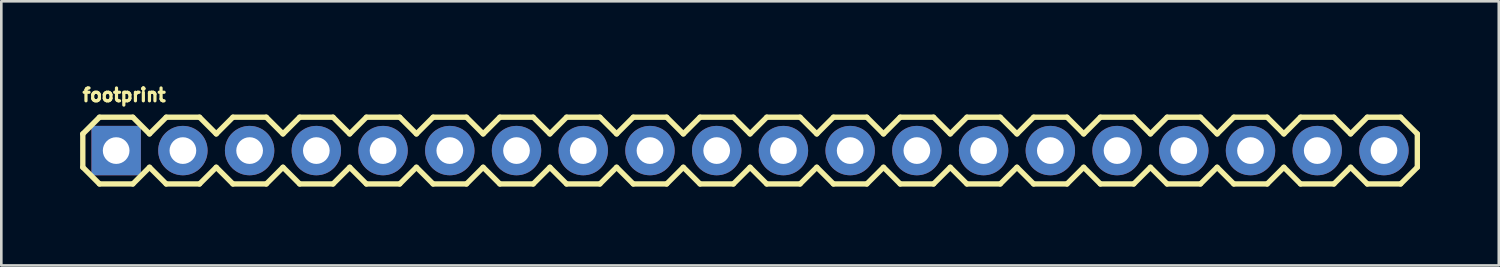
<source format=kicad_pcb>
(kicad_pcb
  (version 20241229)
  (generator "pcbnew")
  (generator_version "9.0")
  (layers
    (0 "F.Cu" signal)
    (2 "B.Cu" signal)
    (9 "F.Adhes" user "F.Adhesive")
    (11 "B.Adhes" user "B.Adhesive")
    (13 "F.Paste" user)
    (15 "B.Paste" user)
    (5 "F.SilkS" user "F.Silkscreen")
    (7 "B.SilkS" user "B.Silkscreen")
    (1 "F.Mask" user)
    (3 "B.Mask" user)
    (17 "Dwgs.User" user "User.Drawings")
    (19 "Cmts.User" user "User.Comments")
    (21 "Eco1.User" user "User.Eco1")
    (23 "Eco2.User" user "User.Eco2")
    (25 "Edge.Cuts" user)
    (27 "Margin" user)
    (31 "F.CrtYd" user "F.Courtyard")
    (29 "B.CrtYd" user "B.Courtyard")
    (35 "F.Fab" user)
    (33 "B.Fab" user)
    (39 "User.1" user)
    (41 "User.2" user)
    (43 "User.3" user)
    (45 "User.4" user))
  (footprint "footprint"
    (layer "F.Cu")
    (at 1.372 2.682)
    (property "Reference" "footprint" (at -1.346 -1.829 0) (layer "F.SilkS") (effects (font (size 0.488 0.488) (thickness 0.122)) (justify left bottom)))
    (fp_line (start -1.27 -0.635) (end -1.27 0.635) (stroke (width 0.203) (type solid)) (layer "F.SilkS"))
    (fp_line (start -1.27 0.635) (end -0.635 1.27) (stroke (width 0.203) (type solid)) (layer "F.SilkS"))
    (fp_line (start -0.635 -1.27) (end -1.27 -0.635) (stroke (width 0.203) (type solid)) (layer "F.SilkS"))
    (fp_line (start -0.635 -1.27) (end 0.635 -1.27) (stroke (width 0.203) (type solid)) (layer "F.SilkS"))
    (fp_line (start 0.635 -1.27) (end 1.27 -0.635) (stroke (width 0.203) (type solid)) (layer "F.SilkS"))
    (fp_line (start 0.635 1.27) (end -0.635 1.27) (stroke (width 0.203) (type solid)) (layer "F.SilkS"))
    (fp_line (start 1.27 -0.635) (end 1.905 -1.27) (stroke (width 0.203) (type solid)) (layer "F.SilkS"))
    (fp_line (start 1.27 0.635) (end 0.635 1.27) (stroke (width 0.203) (type solid)) (layer "F.SilkS"))
    (fp_line (start 1.905 -1.27) (end 3.175 -1.27) (stroke (width 0.203) (type solid)) (layer "F.SilkS"))
    (fp_line (start 1.905 1.27) (end 1.27 0.635) (stroke (width 0.203) (type solid)) (layer "F.SilkS"))
    (fp_line (start 3.175 -1.27) (end 3.81 -0.635) (stroke (width 0.203) (type solid)) (layer "F.SilkS"))
    (fp_line (start 3.175 1.27) (end 1.905 1.27) (stroke (width 0.203) (type solid)) (layer "F.SilkS"))
    (fp_line (start 3.81 -0.635) (end 4.445 -1.27) (stroke (width 0.203) (type solid)) (layer "F.SilkS"))
    (fp_line (start 3.81 0.635) (end 3.175 1.27) (stroke (width 0.203) (type solid)) (layer "F.SilkS"))
    (fp_line (start 4.445 -1.27) (end 5.715 -1.27) (stroke (width 0.203) (type solid)) (layer "F.SilkS"))
    (fp_line (start 4.445 1.27) (end 3.81 0.635) (stroke (width 0.203) (type solid)) (layer "F.SilkS"))
    (fp_line (start 5.715 -1.27) (end 6.35 -0.635) (stroke (width 0.203) (type solid)) (layer "F.SilkS"))
    (fp_line (start 5.715 1.27) (end 4.445 1.27) (stroke (width 0.203) (type solid)) (layer "F.SilkS"))
    (fp_line (start 6.35 0.635) (end 5.715 1.27) (stroke (width 0.203) (type solid)) (layer "F.SilkS"))
    (fp_line (start 6.35 0.635) (end 6.985 1.27) (stroke (width 0.203) (type solid)) (layer "F.SilkS"))
    (fp_line (start 6.985 -1.27) (end 6.35 -0.635) (stroke (width 0.203) (type solid)) (layer "F.SilkS"))
    (fp_line (start 6.985 -1.27) (end 8.255 -1.27) (stroke (width 0.203) (type solid)) (layer "F.SilkS"))
    (fp_line (start 8.255 -1.27) (end 8.89 -0.635) (stroke (width 0.203) (type solid)) (layer "F.SilkS"))
    (fp_line (start 8.255 1.27) (end 6.985 1.27) (stroke (width 0.203) (type solid)) (layer "F.SilkS"))
    (fp_line (start 8.89 -0.635) (end 9.525 -1.27) (stroke (width 0.203) (type solid)) (layer "F.SilkS"))
    (fp_line (start 8.89 0.635) (end 8.255 1.27) (stroke (width 0.203) (type solid)) (layer "F.SilkS"))
    (fp_line (start 9.525 -1.27) (end 10.795 -1.27) (stroke (width 0.203) (type solid)) (layer "F.SilkS"))
    (fp_line (start 9.525 1.27) (end 8.89 0.635) (stroke (width 0.203) (type solid)) (layer "F.SilkS"))
    (fp_line (start 10.795 -1.27) (end 11.43 -0.635) (stroke (width 0.203) (type solid)) (layer "F.SilkS"))
    (fp_line (start 10.795 1.27) (end 9.525 1.27) (stroke (width 0.203) (type solid)) (layer "F.SilkS"))
    (fp_line (start 11.43 -0.635) (end 12.065 -1.27) (stroke (width 0.203) (type solid)) (layer "F.SilkS"))
    (fp_line (start 11.43 0.635) (end 10.795 1.27) (stroke (width 0.203) (type solid)) (layer "F.SilkS"))
    (fp_line (start 12.065 -1.27) (end 13.335 -1.27) (stroke (width 0.203) (type solid)) (layer "F.SilkS"))
    (fp_line (start 12.065 1.27) (end 11.43 0.635) (stroke (width 0.203) (type solid)) (layer "F.SilkS"))
    (fp_line (start 13.335 -1.27) (end 13.97 -0.635) (stroke (width 0.203) (type solid)) (layer "F.SilkS"))
    (fp_line (start 13.335 1.27) (end 12.065 1.27) (stroke (width 0.203) (type solid)) (layer "F.SilkS"))
    (fp_line (start 13.97 0.635) (end 13.335 1.27) (stroke (width 0.203) (type solid)) (layer "F.SilkS"))
    (fp_line (start 13.97 0.635) (end 14.605 1.27) (stroke (width 0.203) (type solid)) (layer "F.SilkS"))
    (fp_line (start 14.605 -1.27) (end 13.97 -0.635) (stroke (width 0.203) (type solid)) (layer "F.SilkS"))
    (fp_line (start 14.605 -1.27) (end 15.875 -1.27) (stroke (width 0.203) (type solid)) (layer "F.SilkS"))
    (fp_line (start 15.875 -1.27) (end 16.51 -0.635) (stroke (width 0.203) (type solid)) (layer "F.SilkS"))
    (fp_line (start 15.875 1.27) (end 14.605 1.27) (stroke (width 0.203) (type solid)) (layer "F.SilkS"))
    (fp_line (start 16.51 0.635) (end 15.875 1.27) (stroke (width 0.203) (type solid)) (layer "F.SilkS"))
    (fp_line (start 16.51 0.635) (end 17.145 1.27) (stroke (width 0.203) (type solid)) (layer "F.SilkS"))
    (fp_line (start 17.145 -1.27) (end 16.51 -0.635) (stroke (width 0.203) (type solid)) (layer "F.SilkS"))
    (fp_line (start 17.145 -1.27) (end 18.415 -1.27) (stroke (width 0.203) (type solid)) (layer "F.SilkS"))
    (fp_line (start 18.415 -1.27) (end 19.05 -0.635) (stroke (width 0.203) (type solid)) (layer "F.SilkS"))
    (fp_line (start 18.415 1.27) (end 17.145 1.27) (stroke (width 0.203) (type solid)) (layer "F.SilkS"))
    (fp_line (start 19.05 -0.635) (end 19.685 -1.27) (stroke (width 0.203) (type solid)) (layer "F.SilkS"))
    (fp_line (start 19.05 0.635) (end 18.415 1.27) (stroke (width 0.203) (type solid)) (layer "F.SilkS"))
    (fp_line (start 19.685 -1.27) (end 20.955 -1.27) (stroke (width 0.203) (type solid)) (layer "F.SilkS"))
    (fp_line (start 19.685 1.27) (end 19.05 0.635) (stroke (width 0.203) (type solid)) (layer "F.SilkS"))
    (fp_line (start 20.955 -1.27) (end 21.59 -0.635) (stroke (width 0.203) (type solid)) (layer "F.SilkS"))
    (fp_line (start 20.955 1.27) (end 19.685 1.27) (stroke (width 0.203) (type solid)) (layer "F.SilkS"))
    (fp_line (start 21.59 -0.635) (end 22.225 -1.27) (stroke (width 0.203) (type solid)) (layer "F.SilkS"))
    (fp_line (start 21.59 0.635) (end 20.955 1.27) (stroke (width 0.203) (type solid)) (layer "F.SilkS"))
    (fp_line (start 22.225 -1.27) (end 23.495 -1.27) (stroke (width 0.203) (type solid)) (layer "F.SilkS"))
    (fp_line (start 22.225 1.27) (end 21.59 0.635) (stroke (width 0.203) (type solid)) (layer "F.SilkS"))
    (fp_line (start 23.495 -1.27) (end 24.13 -0.635) (stroke (width 0.203) (type solid)) (layer "F.SilkS"))
    (fp_line (start 23.495 1.27) (end 22.225 1.27) (stroke (width 0.203) (type solid)) (layer "F.SilkS"))
    (fp_line (start 24.13 0.635) (end 23.495 1.27) (stroke (width 0.203) (type solid)) (layer "F.SilkS"))
    (fp_line (start 24.13 0.635) (end 24.765 1.27) (stroke (width 0.203) (type solid)) (layer "F.SilkS"))
    (fp_line (start 24.765 -1.27) (end 24.13 -0.635) (stroke (width 0.203) (type solid)) (layer "F.SilkS"))
    (fp_line (start 24.765 -1.27) (end 26.035 -1.27) (stroke (width 0.203) (type solid)) (layer "F.SilkS"))
    (fp_line (start 26.035 -1.27) (end 26.67 -0.635) (stroke (width 0.203) (type solid)) (layer "F.SilkS"))
    (fp_line (start 26.035 1.27) (end 24.765 1.27) (stroke (width 0.203) (type solid)) (layer "F.SilkS"))
    (fp_line (start 26.67 -0.635) (end 27.305 -1.27) (stroke (width 0.203) (type solid)) (layer "F.SilkS"))
    (fp_line (start 26.67 0.635) (end 26.035 1.27) (stroke (width 0.203) (type solid)) (layer "F.SilkS"))
    (fp_line (start 27.305 -1.27) (end 28.575 -1.27) (stroke (width 0.203) (type solid)) (layer "F.SilkS"))
    (fp_line (start 27.305 1.27) (end 26.67 0.635) (stroke (width 0.203) (type solid)) (layer "F.SilkS"))
    (fp_line (start 28.575 -1.27) (end 29.21 -0.635) (stroke (width 0.203) (type solid)) (layer "F.SilkS"))
    (fp_line (start 28.575 1.27) (end 27.305 1.27) (stroke (width 0.203) (type solid)) (layer "F.SilkS"))
    (fp_line (start 29.21 -0.635) (end 29.845 -1.27) (stroke (width 0.203) (type solid)) (layer "F.SilkS"))
    (fp_line (start 29.21 0.635) (end 28.575 1.27) (stroke (width 0.203) (type solid)) (layer "F.SilkS"))
    (fp_line (start 29.845 -1.27) (end 31.115 -1.27) (stroke (width 0.203) (type solid)) (layer "F.SilkS"))
    (fp_line (start 29.845 1.27) (end 29.21 0.635) (stroke (width 0.203) (type solid)) (layer "F.SilkS"))
    (fp_line (start 31.115 -1.27) (end 31.75 -0.635) (stroke (width 0.203) (type solid)) (layer "F.SilkS"))
    (fp_line (start 31.115 1.27) (end 29.845 1.27) (stroke (width 0.203) (type solid)) (layer "F.SilkS"))
    (fp_line (start 31.75 0.635) (end 31.115 1.27) (stroke (width 0.203) (type solid)) (layer "F.SilkS"))
    (fp_line (start 31.75 0.635) (end 32.385 1.27) (stroke (width 0.203) (type solid)) (layer "F.SilkS"))
    (fp_line (start 32.385 -1.27) (end 31.75 -0.635) (stroke (width 0.203) (type solid)) (layer "F.SilkS"))
    (fp_line (start 32.385 -1.27) (end 33.655 -1.27) (stroke (width 0.203) (type solid)) (layer "F.SilkS"))
    (fp_line (start 33.655 -1.27) (end 34.29 -0.635) (stroke (width 0.203) (type solid)) (layer "F.SilkS"))
    (fp_line (start 33.655 1.27) (end 32.385 1.27) (stroke (width 0.203) (type solid)) (layer "F.SilkS"))
    (fp_line (start 34.29 0.635) (end 33.655 1.27) (stroke (width 0.203) (type solid)) (layer "F.SilkS"))
    (fp_line (start 34.29 0.635) (end 34.925 1.27) (stroke (width 0.203) (type solid)) (layer "F.SilkS"))
    (fp_line (start 34.925 -1.27) (end 34.29 -0.635) (stroke (width 0.203) (type solid)) (layer "F.SilkS"))
    (fp_line (start 34.925 -1.27) (end 36.195 -1.27) (stroke (width 0.203) (type solid)) (layer "F.SilkS"))
    (fp_line (start 36.195 -1.27) (end 36.83 -0.635) (stroke (width 0.203) (type solid)) (layer "F.SilkS"))
    (fp_line (start 36.195 1.27) (end 34.925 1.27) (stroke (width 0.203) (type solid)) (layer "F.SilkS"))
    (fp_line (start 36.83 0.635) (end 36.195 1.27) (stroke (width 0.203) (type solid)) (layer "F.SilkS"))
    (fp_line (start 36.83 0.635) (end 37.465 1.27) (stroke (width 0.203) (type solid)) (layer "F.SilkS"))
    (fp_line (start 37.465 -1.27) (end 36.83 -0.635) (stroke (width 0.203) (type solid)) (layer "F.SilkS"))
    (fp_line (start 37.465 -1.27) (end 38.735 -1.27) (stroke (width 0.203) (type solid)) (layer "F.SilkS"))
    (fp_line (start 38.735 -1.27) (end 39.37 -0.635) (stroke (width 0.203) (type solid)) (layer "F.SilkS"))
    (fp_line (start 38.735 1.27) (end 37.465 1.27) (stroke (width 0.203) (type solid)) (layer "F.SilkS"))
    (fp_line (start 39.37 0.635) (end 38.735 1.27) (stroke (width 0.203) (type solid)) (layer "F.SilkS"))
    (fp_line (start 39.37 0.635) (end 40.005 1.27) (stroke (width 0.203) (type solid)) (layer "F.SilkS"))
    (fp_line (start 40.005 -1.27) (end 39.37 -0.635) (stroke (width 0.203) (type solid)) (layer "F.SilkS"))
    (fp_line (start 40.005 -1.27) (end 41.275 -1.27) (stroke (width 0.203) (type solid)) (layer "F.SilkS"))
    (fp_line (start 41.275 -1.27) (end 41.91 -0.635) (stroke (width 0.203) (type solid)) (layer "F.SilkS"))
    (fp_line (start 41.275 1.27) (end 40.005 1.27) (stroke (width 0.203) (type solid)) (layer "F.SilkS"))
    (fp_line (start 41.91 0.635) (end 41.275 1.27) (stroke (width 0.203) (type solid)) (layer "F.SilkS"))
    (fp_line (start 41.91 0.635) (end 42.545 1.27) (stroke (width 0.203) (type solid)) (layer "F.SilkS"))
    (fp_line (start 42.545 -1.27) (end 41.91 -0.635) (stroke (width 0.203) (type solid)) (layer "F.SilkS"))
    (fp_line (start 42.545 -1.27) (end 43.815 -1.27) (stroke (width 0.203) (type solid)) (layer "F.SilkS"))
    (fp_line (start 43.815 -1.27) (end 44.45 -0.635) (stroke (width 0.203) (type solid)) (layer "F.SilkS"))
    (fp_line (start 43.815 1.27) (end 42.545 1.27) (stroke (width 0.203) (type solid)) (layer "F.SilkS"))
    (fp_line (start 44.45 0.635) (end 43.815 1.27) (stroke (width 0.203) (type solid)) (layer "F.SilkS"))
    (fp_line (start 44.45 0.635) (end 45.085 1.27) (stroke (width 0.203) (type solid)) (layer "F.SilkS"))
    (fp_line (start 45.085 -1.27) (end 44.45 -0.635) (stroke (width 0.203) (type solid)) (layer "F.SilkS"))
    (fp_line (start 45.085 -1.27) (end 46.355 -1.27) (stroke (width 0.203) (type solid)) (layer "F.SilkS"))
    (fp_line (start 46.355 -1.27) (end 46.99 -0.635) (stroke (width 0.203) (type solid)) (layer "F.SilkS"))
    (fp_line (start 46.355 1.27) (end 45.085 1.27) (stroke (width 0.203) (type solid)) (layer "F.SilkS"))
    (fp_line (start 46.99 0.635) (end 46.355 1.27) (stroke (width 0.203) (type solid)) (layer "F.SilkS"))
    (fp_line (start 46.99 0.635) (end 47.625 1.27) (stroke (width 0.203) (type solid)) (layer "F.SilkS"))
    (fp_line (start 47.625 -1.27) (end 46.99 -0.635) (stroke (width 0.203) (type solid)) (layer "F.SilkS"))
    (fp_line (start 47.625 -1.27) (end 48.895 -1.27) (stroke (width 0.203) (type solid)) (layer "F.SilkS"))
    (fp_line (start 48.895 -1.27) (end 49.53 -0.635) (stroke (width 0.203) (type solid)) (layer "F.SilkS"))
    (fp_line (start 48.895 1.27) (end 47.625 1.27) (stroke (width 0.203) (type solid)) (layer "F.SilkS"))
    (fp_line (start 49.53 -0.635) (end 49.53 0.635) (stroke (width 0.203) (type solid)) (layer "F.SilkS"))
    (fp_line (start 49.53 0.635) (end 48.895 1.27) (stroke (width 0.203) (type solid)) (layer "F.SilkS"))
    (fp_poly (pts (xy -0.254 0.254) (xy 0.254 0.254) (xy 0.254 -0.254) (xy -0.254 -0.254)) (stroke (width 0.1) (type solid)) (fill no) (layer "F.Fab"))
    (fp_poly (pts (xy 2.286 0.254) (xy 2.794 0.254) (xy 2.794 -0.254) (xy 2.286 -0.254)) (stroke (width 0.1) (type solid)) (fill no) (layer "F.Fab"))
    (fp_poly (pts (xy 4.826 0.254) (xy 5.334 0.254) (xy 5.334 -0.254) (xy 4.826 -0.254)) (stroke (width 0.1) (type solid)) (fill no) (layer "F.Fab"))
    (fp_poly (pts (xy 7.366 0.254) (xy 7.874 0.254) (xy 7.874 -0.254) (xy 7.366 -0.254)) (stroke (width 0.1) (type solid)) (fill no) (layer "F.Fab"))
    (fp_poly (pts (xy 9.906 0.254) (xy 10.414 0.254) (xy 10.414 -0.254) (xy 9.906 -0.254)) (stroke (width 0.1) (type solid)) (fill no) (layer "F.Fab"))
    (fp_poly (pts (xy 12.446 0.254) (xy 12.954 0.254) (xy 12.954 -0.254) (xy 12.446 -0.254)) (stroke (width 0.1) (type solid)) (fill no) (layer "F.Fab"))
    (fp_poly (pts (xy 14.986 0.254) (xy 15.494 0.254) (xy 15.494 -0.254) (xy 14.986 -0.254)) (stroke (width 0.1) (type solid)) (fill no) (layer "F.Fab"))
    (fp_poly (pts (xy 17.526 0.254) (xy 18.034 0.254) (xy 18.034 -0.254) (xy 17.526 -0.254)) (stroke (width 0.1) (type solid)) (fill no) (layer "F.Fab"))
    (fp_poly (pts (xy 20.066 0.254) (xy 20.574 0.254) (xy 20.574 -0.254) (xy 20.066 -0.254)) (stroke (width 0.1) (type solid)) (fill no) (layer "F.Fab"))
    (fp_poly (pts (xy 22.606 0.254) (xy 23.114 0.254) (xy 23.114 -0.254) (xy 22.606 -0.254)) (stroke (width 0.1) (type solid)) (fill no) (layer "F.Fab"))
    (fp_poly (pts (xy 25.146 0.254) (xy 25.654 0.254) (xy 25.654 -0.254) (xy 25.146 -0.254)) (stroke (width 0.1) (type solid)) (fill no) (layer "F.Fab"))
    (fp_poly (pts (xy 27.686 0.254) (xy 28.194 0.254) (xy 28.194 -0.254) (xy 27.686 -0.254)) (stroke (width 0.1) (type solid)) (fill no) (layer "F.Fab"))
    (fp_poly (pts (xy 30.226 0.254) (xy 30.734 0.254) (xy 30.734 -0.254) (xy 30.226 -0.254)) (stroke (width 0.1) (type solid)) (fill no) (layer "F.Fab"))
    (fp_poly (pts (xy 32.766 0.254) (xy 33.274 0.254) (xy 33.274 -0.254) (xy 32.766 -0.254)) (stroke (width 0.1) (type solid)) (fill no) (layer "F.Fab"))
    (fp_poly (pts (xy 35.306 0.254) (xy 35.814 0.254) (xy 35.814 -0.254) (xy 35.306 -0.254)) (stroke (width 0.1) (type solid)) (fill no) (layer "F.Fab"))
    (fp_poly (pts (xy 37.846 0.254) (xy 38.354 0.254) (xy 38.354 -0.254) (xy 37.846 -0.254)) (stroke (width 0.1) (type solid)) (fill no) (layer "F.Fab"))
    (fp_poly (pts (xy 40.386 0.254) (xy 40.894 0.254) (xy 40.894 -0.254) (xy 40.386 -0.254)) (stroke (width 0.1) (type solid)) (fill no) (layer "F.Fab"))
    (fp_poly (pts (xy 42.926 0.254) (xy 43.434 0.254) (xy 43.434 -0.254) (xy 42.926 -0.254)) (stroke (width 0.1) (type solid)) (fill no) (layer "F.Fab"))
    (fp_poly (pts (xy 45.466 0.254) (xy 45.974 0.254) (xy 45.974 -0.254) (xy 45.466 -0.254)) (stroke (width 0.1) (type solid)) (fill no) (layer "F.Fab"))
    (fp_poly (pts (xy 48.006 0.254) (xy 48.514 0.254) (xy 48.514 -0.254) (xy 48.006 -0.254)) (stroke (width 0.1) (type solid)) (fill no) (layer "F.Fab"))
    (pad "1" thru_hole rect (at 0 0 90) (size 1.88 1.88) (drill 1.016) (layers "*.Cu" "*.Mask"))
    (pad "2" thru_hole circle (at 2.54 0 90) (size 1.88 1.88) (drill 1.016) (layers "*.Cu" "*.Mask"))
    (pad "3" thru_hole circle (at 5.08 0 90) (size 1.88 1.88) (drill 1.016) (layers "*.Cu" "*.Mask"))
    (pad "4" thru_hole circle (at 7.62 0 90) (size 1.88 1.88) (drill 1.016) (layers "*.Cu" "*.Mask"))
    (pad "5" thru_hole circle (at 10.16 0 90) (size 1.88 1.88) (drill 1.016) (layers "*.Cu" "*.Mask"))
    (pad "6" thru_hole circle (at 12.7 0 90) (size 1.88 1.88) (drill 1.016) (layers "*.Cu" "*.Mask"))
    (pad "7" thru_hole circle (at 15.24 0 90) (size 1.88 1.88) (drill 1.016) (layers "*.Cu" "*.Mask"))
    (pad "8" thru_hole circle (at 17.78 0 90) (size 1.88 1.88) (drill 1.016) (layers "*.Cu" "*.Mask"))
    (pad "9" thru_hole circle (at 20.32 0 90) (size 1.88 1.88) (drill 1.016) (layers "*.Cu" "*.Mask"))
    (pad "10" thru_hole circle (at 22.86 0 90) (size 1.88 1.88) (drill 1.016) (layers "*.Cu" "*.Mask"))
    (pad "11" thru_hole circle (at 25.4 0 90) (size 1.88 1.88) (drill 1.016) (layers "*.Cu" "*.Mask"))
    (pad "12" thru_hole circle (at 27.94 0 90) (size 1.88 1.88) (drill 1.016) (layers "*.Cu" "*.Mask"))
    (pad "13" thru_hole circle (at 30.48 0 90) (size 1.88 1.88) (drill 1.016) (layers "*.Cu" "*.Mask"))
    (pad "14" thru_hole circle (at 33.02 0 90) (size 1.88 1.88) (drill 1.016) (layers "*.Cu" "*.Mask"))
    (pad "15" thru_hole circle (at 35.56 0 90) (size 1.88 1.88) (drill 1.016) (layers "*.Cu" "*.Mask"))
    (pad "16" thru_hole circle (at 38.1 0 90) (size 1.88 1.88) (drill 1.016) (layers "*.Cu" "*.Mask"))
    (pad "17" thru_hole circle (at 40.64 0 90) (size 1.88 1.88) (drill 1.016) (layers "*.Cu" "*.Mask"))
    (pad "18" thru_hole circle (at 43.18 0 90) (size 1.88 1.88) (drill 1.016) (layers "*.Cu" "*.Mask"))
    (pad "19" thru_hole circle (at 45.72 0 90) (size 1.88 1.88) (drill 1.016) (layers "*.Cu" "*.Mask"))
    (pad "20" thru_hole circle (at 48.26 0 90) (size 1.88 1.88) (drill 1.016) (layers "*.Cu" "*.Mask")))
  (gr_rect
    (start -3 -3)
    (end 54.003 7.054)
    (stroke (width 0.1) (type default))
    (fill no)
    (layer "Edge.Cuts")))
</source>
